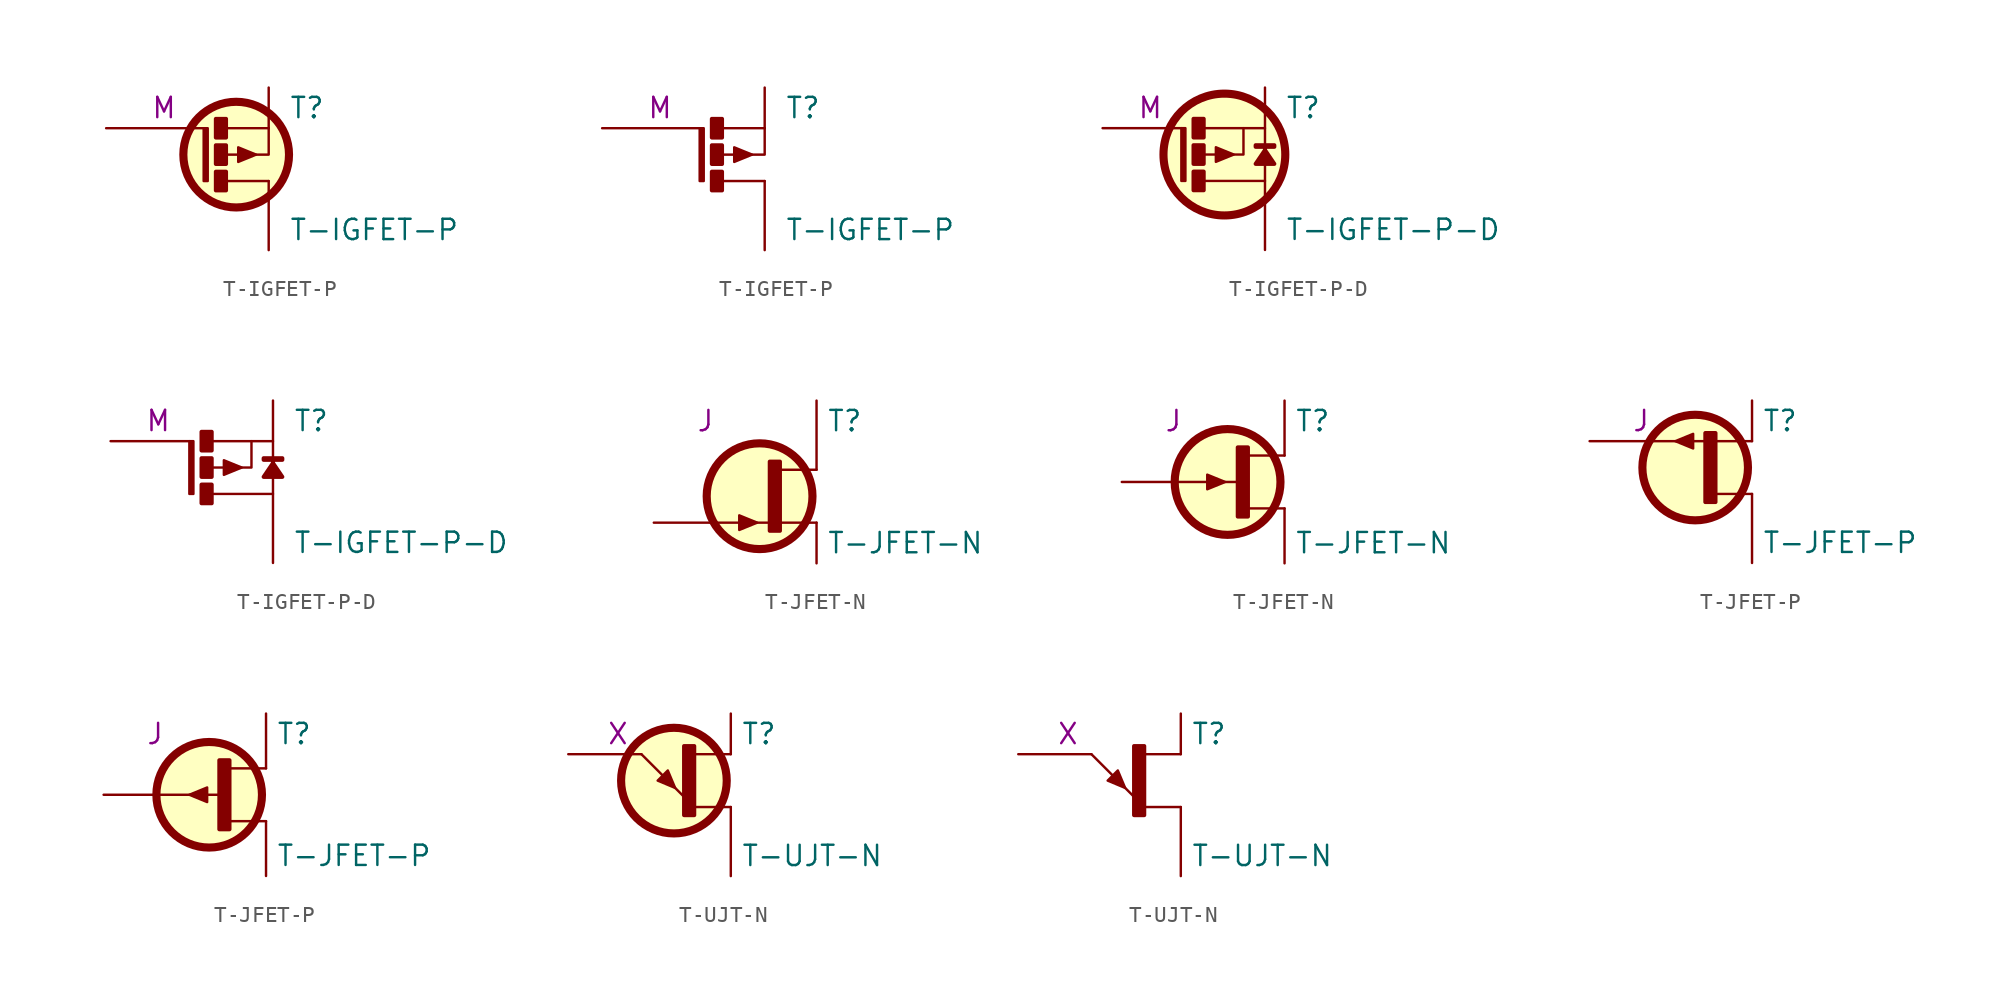
<source format=kicad_sym>
(kicad_symbol_lib
  (version 20211014)
  (generator kicad_symbol_editor)
  (symbol "T-IGFET-P"
    (pin_numbers hide)
    (pin_names
      (offset 0) hide)
    (property "Reference" "T"
      (at 6.35 3.81 0)
      (effects (font (size 1.27 1.27)) (justify left)))
    (property "Value" "T-IGFET-P"
      (at 6.35 -3.81 0)
      (effects (font (size 1.27 1.27)) (justify left)))
    (property "Spice_Model" "M"
      (at -0.635 3.81 0)
      (effects (font (size 1.27 1.27)) (justify right)))
    (symbol "T-IGFET-P_1_0"
      (polyline (pts (xy 5.08 -0.762) (xy 2.413 -0.762)) (stroke (width 0) (type default) (color 0 0 0 0)) (fill (type none)))
      (polyline (pts (xy 5.08 2.54) (xy 2.413 2.54)) (stroke (width 0) (type default) (color 0 0 0 0)) (fill (type none)))
      (polyline (pts (xy 5.08 2.54) (xy 5.08 0.889) (xy 2.413 0.889)) (stroke (width 0) (type default) (color 0 0 0 0)) (fill (type none)))
      (polyline (pts (xy 4.293 0.889) (xy 3.175 0.432) (xy 3.175 1.346) (xy 4.293 0.889)) (stroke (width 0) (type default) (color 0 0 0 0)) (fill (type outline)))
      (rectangle (start 1.778 -0.178) (end 2.413 -1.346) (stroke (width 0.254) (type default) (color 0 0 0 0)) (fill (type outline)))
      (rectangle (start 1.778 1.473) (end 2.413 0.305) (stroke (width 0.254) (type default) (color 0 0 0 0)) (fill (type outline)))
      (rectangle (start 1.778 3.124) (end 2.413 1.956) (stroke (width 0.254) (type default) (color 0 0 0 0)) (fill (type outline)))
      (pin passive line (at 5.08 -5.08 90) (length 4.318) (name "D" (effects (font (size 1.27 1.27)))) (number "1" (effects (font (size 1.27 1.27)))))
      (pin passive line (at -5.08 2.54 0) (length 6.096) (name "G" (effects (font (size 1.27 1.27)))) (number "2" (effects (font (size 1.27 1.27)))))
      (pin passive line (at 5.08 5.08 270) (length 2.54) (name "S" (effects (font (size 1.27 1.27)))) (number "3" (effects (font (size 1.27 1.27))))))
    (symbol "T-IGFET-P_1_1"
      (rectangle (start 1.016 2.54) (end 1.27 -0.762) (stroke (width 0) (type default) (color 0 0 0 0)) (fill (type outline)))
      (circle (center 3.048 0.889) (radius 3.302) (stroke (width 0.508) (type default) (color 0 0 0 0)) (fill (type background))))
    (symbol "T-IGFET-P_1_2"
      (rectangle (start 1.016 2.54) (end 1.27 -0.762) (stroke (width 0) (type default) (color 0 0 0 0)) (fill (type outline)))))
  (symbol "T-IGFET-P-D"
    (pin_numbers hide)
    (pin_names
      (offset 0) hide)
    (property "Reference" "T"
      (at 6.35 3.81 0)
      (effects (font (size 1.27 1.27)) (justify left)))
    (property "Value" "T-IGFET-P-D"
      (at 6.35 -3.81 0)
      (effects (font (size 1.27 1.27)) (justify left)))
    (property "Spice_Model" "M"
      (at -1.27 3.81 0)
      (effects (font (size 1.27 1.27)) (justify right)))
    (symbol "T-IGFET-P-D_1_0"
      (polyline (pts (xy 3.734 2.54) (xy 3.734 0.889) (xy 1.245 0.889)) (stroke (width 0) (type default) (color 0 0 0 0)) (fill (type none)))
      (polyline (pts (xy 1.245 -0.762) (xy 5.08 -0.762) (xy 5.08 2.54) (xy 1.245 2.54)) (stroke (width 0) (type default) (color 0 0 0 0)) (fill (type none)))
      (polyline (pts (xy 3.124 0.889) (xy 2.007 0.432) (xy 2.007 1.346) (xy 3.124 0.889)) (stroke (width 0) (type default) (color 0 0 0 0)) (fill (type outline)))
      (polyline (pts (xy 5.08 1.372) (xy 5.08 1.168) (xy 4.496 0.305) (xy 5.664 0.305) (xy 5.08 1.168) (xy 5.08 1.372) (xy 5.664 1.372) (xy 5.664 1.473) (xy 4.496 1.473) (xy 4.496 1.372) (xy 5.08 1.372)) (stroke (width 0.254) (type default) (color 0 0 0 0)) (fill (type outline)))
      (rectangle (start 0.61 -0.178) (end 1.245 -1.346) (stroke (width 0.254) (type default) (color 0 0 0 0)) (fill (type outline)))
      (rectangle (start 0.61 1.473) (end 1.245 0.305) (stroke (width 0.254) (type default) (color 0 0 0 0)) (fill (type outline)))
      (rectangle (start 0.61 3.124) (end 1.245 1.956) (stroke (width 0.254) (type default) (color 0 0 0 0)) (fill (type outline)))
      (pin passive line (at 5.08 -5.08 90) (length 4.318) (name "D" (effects (font (size 1.27 1.27)))) (number "1" (effects (font (size 1.27 1.27)))))
      (pin passive line (at -5.08 2.54 0) (length 4.928) (name "G" (effects (font (size 1.27 1.27)))) (number "2" (effects (font (size 1.27 1.27)))))
      (pin passive line (at 5.08 5.08 270) (length 2.54) (name "S" (effects (font (size 1.27 1.27)))) (number "3" (effects (font (size 1.27 1.27))))))
    (symbol "T-IGFET-P-D_1_1"
      (rectangle (start -0.152 2.54) (end 0.102 -0.762) (stroke (width 0) (type default) (color 0 0 0 0)) (fill (type outline)))
      (circle (center 2.54 0.889) (radius 3.81) (stroke (width 0.508) (type default) (color 0 0 0 0)) (fill (type background))))
    (symbol "T-IGFET-P-D_1_2"
      (rectangle (start -0.152 2.54) (end 0.102 -0.762) (stroke (width 0) (type default) (color 0 0 0 0)) (fill (type outline)))))
  (symbol "T-JFET-N"
    (pin_numbers hide)
    (pin_names
      (offset 0) hide)
    (property "Reference" "T"
      (at 5.715 3.81 0)
      (effects (font (size 1.27 1.27)) (justify left)))
    (property "Value" "T-JFET-N"
      (at 5.715 -3.81 0)
      (effects (font (size 1.27 1.27)) (justify left)))
    (property "Spice_Model" "J"
      (at -1.27 3.81 0)
      (effects (font (size 1.27 1.27)) (justify right)))
    (symbol "T-JFET-N_1_1"
      (polyline (pts (xy 5.08 -2.54) (xy 2.794 -2.54)) (stroke (width 0) (type default) (color 0 0 0 0)) (fill (type none)))
      (polyline (pts (xy 5.08 0.762) (xy 2.794 0.762)) (stroke (width 0) (type default) (color 0 0 0 0)) (fill (type none)))
      (polyline (pts (xy 1.372 -2.54) (xy 0.254 -2.997) (xy 0.254 -2.083) (xy 1.372 -2.54)) (stroke (width 0) (type default) (color 0 0 0 0)) (fill (type outline)))
      (circle (center 1.524 -0.889) (radius 3.302) (stroke (width 0.508) (type default) (color 0 0 0 0)) (fill (type background)))
      (rectangle (start 2.159 -3.048) (end 2.794 1.27) (stroke (width 0.254) (type default) (color 0 0 0 0)) (fill (type outline)))
      (pin passive line (at 5.08 5.08 270) (length 4.318) (name "D" (effects (font (size 1.27 1.27)))) (number "1" (effects (font (size 1.27 1.27)))))
      (pin passive line (at -5.08 -2.54 0) (length 7.239) (name "G" (effects (font (size 1.27 1.27)))) (number "2" (effects (font (size 1.27 1.27)))))
      (pin passive line (at 5.08 -5.08 90) (length 2.54) (name "S" (effects (font (size 1.27 1.27)))) (number "3" (effects (font (size 1.27 1.27))))))
    (symbol "T-JFET-N_1_2"
      (polyline (pts (xy 5.08 -1.651) (xy 2.794 -1.651)) (stroke (width 0) (type default) (color 0 0 0 0)) (fill (type none)))
      (polyline (pts (xy 5.08 1.651) (xy 2.794 1.651)) (stroke (width 0) (type default) (color 0 0 0 0)) (fill (type none)))
      (polyline (pts (xy 1.372 0) (xy 0.254 -0.457) (xy 0.254 0.457) (xy 1.372 0)) (stroke (width 0) (type default) (color 0 0 0 0)) (fill (type outline)))
      (circle (center 1.524 0) (radius 3.302) (stroke (width 0.508) (type default) (color 0 0 0 0)) (fill (type background)))
      (rectangle (start 2.159 -2.159) (end 2.794 2.159) (stroke (width 0.254) (type default) (color 0 0 0 0)) (fill (type outline)))
      (pin passive line (at 5.08 5.08 270) (length 3.429) (name "D" (effects (font (size 1.27 1.27)))) (number "1" (effects (font (size 1.27 1.27)))))
      (pin passive line (at -5.08 0 0) (length 7.239) (name "G" (effects (font (size 1.27 1.27)))) (number "2" (effects (font (size 1.27 1.27)))))
      (pin passive line (at 5.08 -5.08 90) (length 3.429) (name "S" (effects (font (size 1.27 1.27)))) (number "3" (effects (font (size 1.27 1.27)))))))
  (symbol "T-JFET-P"
    (pin_numbers hide)
    (pin_names
      (offset 0) hide)
    (property "Reference" "T"
      (at 5.715 3.81 0)
      (effects (font (size 1.27 1.27)) (justify left)))
    (property "Value" "T-JFET-P"
      (at 5.715 -3.81 0)
      (effects (font (size 1.27 1.27)) (justify left)))
    (property "Spice_Model" "J"
      (at -1.27 3.81 0)
      (effects (font (size 1.27 1.27)) (justify right)))
    (symbol "T-JFET-P_1_1"
      (polyline (pts (xy 5.08 -0.762) (xy 2.794 -0.762)) (stroke (width 0) (type default) (color 0 0 0 0)) (fill (type none)))
      (polyline (pts (xy 5.08 2.54) (xy 2.794 2.54)) (stroke (width 0) (type default) (color 0 0 0 0)) (fill (type none)))
      (polyline (pts (xy 0.279 2.54) (xy 1.397 2.997) (xy 1.397 2.083) (xy 0.279 2.54)) (stroke (width 0) (type default) (color 0 0 0 0)) (fill (type outline)))
      (circle (center 1.524 0.889) (radius 3.302) (stroke (width 0.508) (type default) (color 0 0 0 0)) (fill (type background)))
      (rectangle (start 2.159 3.048) (end 2.794 -1.27) (stroke (width 0.254) (type default) (color 0 0 0 0)) (fill (type outline)))
      (pin passive line (at 5.08 -5.08 90) (length 4.318) (name "D" (effects (font (size 1.27 1.27)))) (number "1" (effects (font (size 1.27 1.27)))))
      (pin passive line (at -5.08 2.54 0) (length 7.239) (name "G" (effects (font (size 1.27 1.27)))) (number "2" (effects (font (size 1.27 1.27)))))
      (pin passive line (at 5.08 5.08 270) (length 2.54) (name "S" (effects (font (size 1.27 1.27)))) (number "3" (effects (font (size 1.27 1.27))))))
    (symbol "T-JFET-P_1_2"
      (polyline (pts (xy 5.08 -1.651) (xy 2.794 -1.651)) (stroke (width 0) (type default) (color 0 0 0 0)) (fill (type none)))
      (polyline (pts (xy 5.08 1.651) (xy 2.794 1.651)) (stroke (width 0) (type default) (color 0 0 0 0)) (fill (type none)))
      (polyline (pts (xy 0.279 0) (xy 1.397 0.457) (xy 1.397 -0.457) (xy 0.279 0)) (stroke (width 0) (type default) (color 0 0 0 0)) (fill (type outline)))
      (circle (center 1.524 0) (radius 3.302) (stroke (width 0.508) (type default) (color 0 0 0 0)) (fill (type background)))
      (rectangle (start 2.159 -2.159) (end 2.794 2.159) (stroke (width 0.254) (type default) (color 0 0 0 0)) (fill (type outline)))
      (pin passive line (at 5.08 -5.08 90) (length 3.429) (name "D" (effects (font (size 1.27 1.27)))) (number "1" (effects (font (size 1.27 1.27)))))
      (pin passive line (at -5.08 0 0) (length 7.239) (name "G" (effects (font (size 1.27 1.27)))) (number "2" (effects (font (size 1.27 1.27)))))
      (pin passive line (at 5.08 5.08 270) (length 3.429) (name "S" (effects (font (size 1.27 1.27)))) (number "3" (effects (font (size 1.27 1.27)))))))
  (symbol "T-UJT-N"
    (pin_numbers hide)
    (pin_names
      (offset 0) hide)
    (property "Reference" "T"
      (at 5.715 3.81 0)
      (effects (font (size 1.27 1.27)) (justify left)))
    (property "Value" "T-UJT-N"
      (at 5.715 -3.81 0)
      (effects (font (size 1.27 1.27)) (justify left)))
    (property "Spice_Model" "X"
      (at -1.27 3.81 0)
      (effects (font (size 1.27 1.27)) (justify right)))
    (symbol "T-UJT-N_1_0"
      (polyline (pts (xy -0.508 2.54) (xy 2.159 -0.127)) (stroke (width 0) (type default) (color 0 0 0 0)) (fill (type none)))
      (polyline (pts (xy 5.08 -0.762) (xy 2.794 -0.762)) (stroke (width 0) (type default) (color 0 0 0 0)) (fill (type none)))
      (polyline (pts (xy 5.08 2.54) (xy 2.794 2.54)) (stroke (width 0) (type default) (color 0 0 0 0)) (fill (type none)))
      (polyline (pts (xy 1.6 0.432) (xy 1.143 1.524) (xy 0.508 0.889) (xy 1.6 0.432)) (stroke (width 0) (type default) (color 0 0 0 0)) (fill (type outline)))
      (pin passive line (at -5.08 2.54 0) (length 4.572) (name "E" (effects (font (size 1.27 1.27)))) (number "1" (effects (font (size 1.27 1.27)))))
      (pin passive line (at 5.08 -5.08 90) (length 4.318) (name "B1" (effects (font (size 1.27 1.27)))) (number "2" (effects (font (size 1.27 1.27)))))
      (pin passive line (at 5.08 5.08 270) (length 2.54) (name "B2" (effects (font (size 1.27 1.27)))) (number "3" (effects (font (size 1.27 1.27))))))
    (symbol "T-UJT-N_1_1"
      (circle (center 1.524 0.889) (radius 3.302) (stroke (width 0.508) (type default) (color 0 0 0 0)) (fill (type background)))
      (rectangle (start 2.159 3.048) (end 2.794 -1.27) (stroke (width 0.254) (type default) (color 0 0 0 0)) (fill (type outline))))
    (symbol "T-UJT-N_1_2"
      (rectangle (start 2.159 3.048) (end 2.794 -1.27) (stroke (width 0.254) (type default) (color 0 0 0 0)) (fill (type outline))))))
</source>
